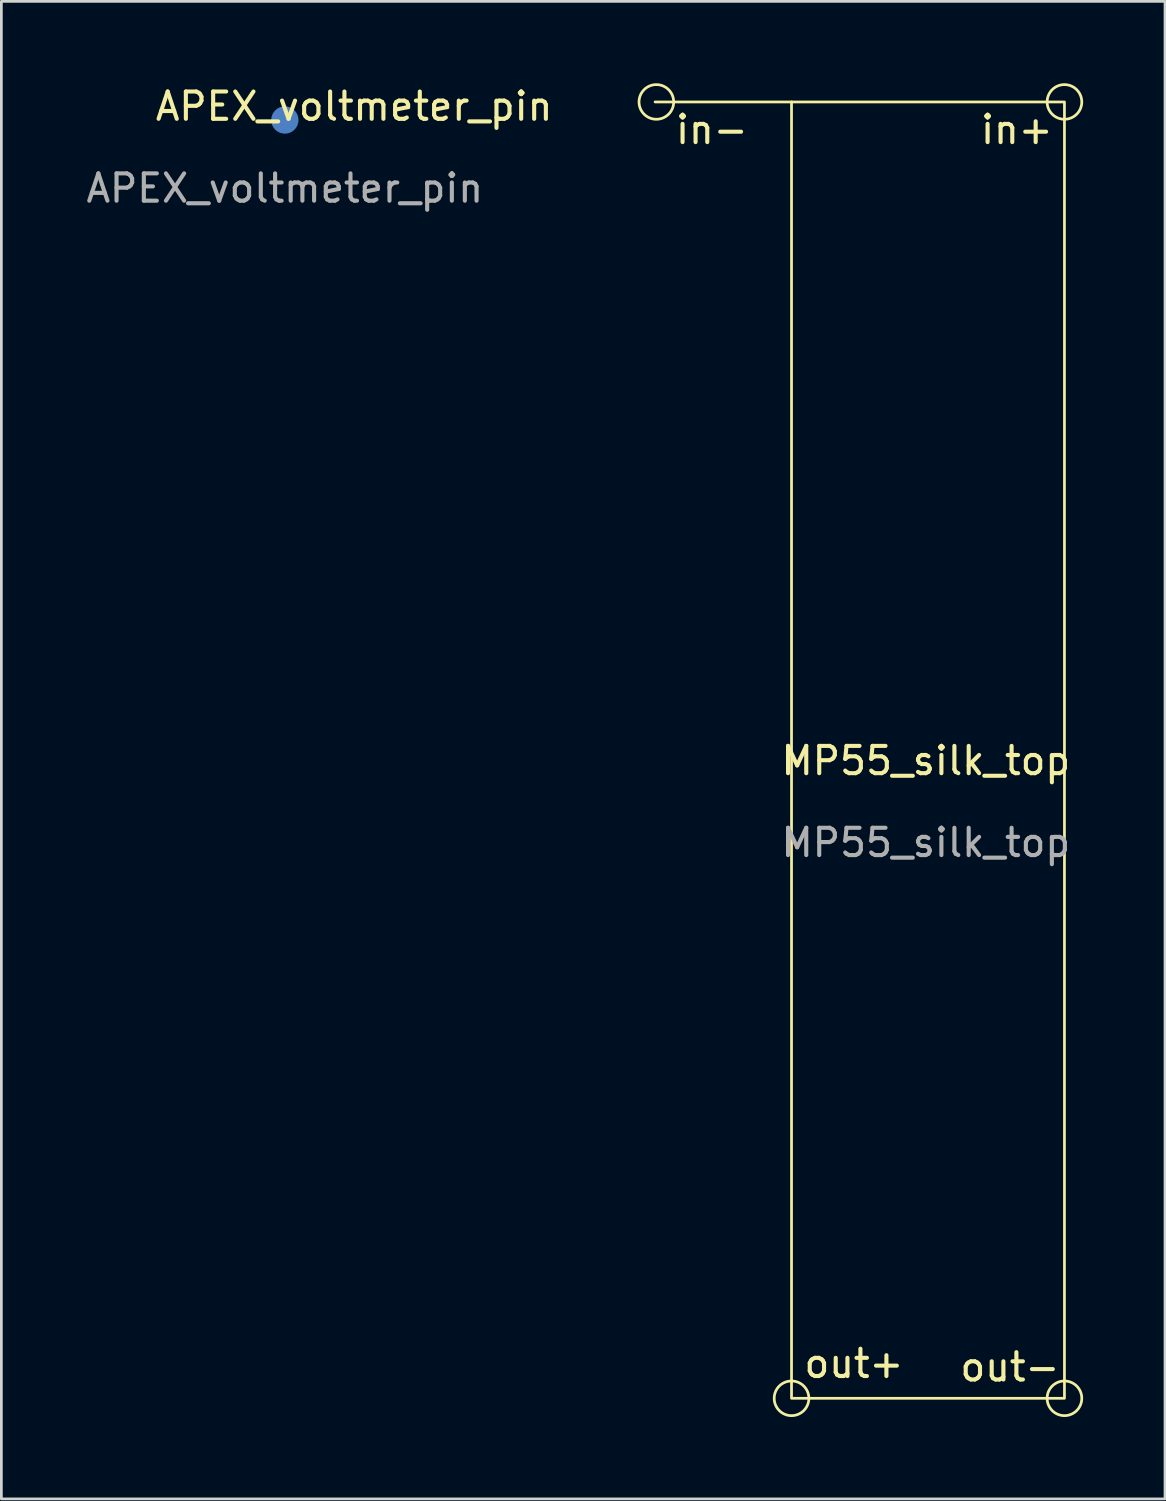
<source format=kicad_pcb>
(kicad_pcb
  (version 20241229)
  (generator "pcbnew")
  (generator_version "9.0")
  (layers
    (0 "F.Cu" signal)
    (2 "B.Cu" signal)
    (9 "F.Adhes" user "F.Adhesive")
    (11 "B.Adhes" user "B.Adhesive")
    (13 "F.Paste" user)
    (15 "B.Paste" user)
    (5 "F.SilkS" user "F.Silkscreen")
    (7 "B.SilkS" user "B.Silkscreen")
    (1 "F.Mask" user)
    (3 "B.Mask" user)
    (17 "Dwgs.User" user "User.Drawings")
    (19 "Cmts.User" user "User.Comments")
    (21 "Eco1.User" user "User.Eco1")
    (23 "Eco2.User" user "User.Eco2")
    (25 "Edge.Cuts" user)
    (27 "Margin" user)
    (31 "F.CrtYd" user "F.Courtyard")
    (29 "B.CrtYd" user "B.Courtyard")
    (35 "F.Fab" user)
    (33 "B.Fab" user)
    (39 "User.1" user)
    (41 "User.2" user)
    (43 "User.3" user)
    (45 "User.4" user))
  (footprint "MP55_silk_top"
    (layer "F.Cu")
    (at 30.872 25.325)
    (property "Reference" "MP55_silk_top" (at 0 -0.5 0) (unlocked yes) (layer "F.SilkS") (effects (font (size 1 1) (thickness 0.15))))
    (attr through_hole)
    (fp_line (start -9.92 -24.64) (end -4.92 -24.64) (stroke (width 0.1) (type solid)) (layer "F.SilkS"))
    (fp_rect (start -4.92 -24.64) (end 5.08 22.86) (stroke (width 0.1) (type solid)) (fill no) (layer "F.SilkS"))
    (fp_circle (center -9.873 -24.64) (end -9.238 -24.64) (stroke (width 0.1) (type solid)) (fill no) (layer "F.SilkS"))
    (fp_circle (center -4.92 22.86) (end -4.285 22.86) (stroke (width 0.1) (type solid)) (fill no) (layer "F.SilkS"))
    (fp_circle (center 5.08 -24.64) (end 5.715 -24.64) (stroke (width 0.1) (type solid)) (fill no) (layer "F.SilkS"))
    (fp_circle (center 5.08 22.86) (end 5.715 22.86) (stroke (width 0.1) (type solid)) (fill no) (layer "F.SilkS"))
    (fp_text user "in-" (at -7.841 -23.624 0) (layer "F.SilkS") (effects (font (size 1 1) (thickness 0.15))))
    (fp_text user "out+" (at -2.634 21.588 0) (layer "F.SilkS") (effects (font (size 1 1) (thickness 0.15))))
    (fp_text user "out-" (at 3.081 21.715 0) (layer "F.SilkS") (effects (font (size 1 1) (thickness 0.15))))
    (fp_text user "in+" (at 3.335 -23.624 0) (layer "F.SilkS") (effects (font (size 1 1) (thickness 0.15))))
    (fp_text user "${REFERENCE}" (at 0 2.5 0) (unlocked yes) (layer "F.Fab") (effects (font (size 1 1) (thickness 0.15)))))
  (footprint "APEX_voltmeter_pin"
    (layer "F.Cu")
    (at 7.387 1.348)
    (property "Reference" "APEX_voltmeter_pin" (at 2.54 -0.5 0) (unlocked yes) (layer "F.SilkS") (effects (font (size 1 1) (thickness 0.15))))
    (attr smd)
    (fp_text user "${REFERENCE}" (at 0 2.5 0) (unlocked yes) (layer "F.Fab") (effects (font (size 1 1) (thickness 0.15))))
    (pad "1" smd circle (at 0 0) (size 1 1) (layers "B.Cu")))
  (gr_rect
    (start -3 -3)
    (end 39.637 51.87)
    (stroke (width 0.1) (type default))
    (fill no)
    (layer "Edge.Cuts")))
</source>
